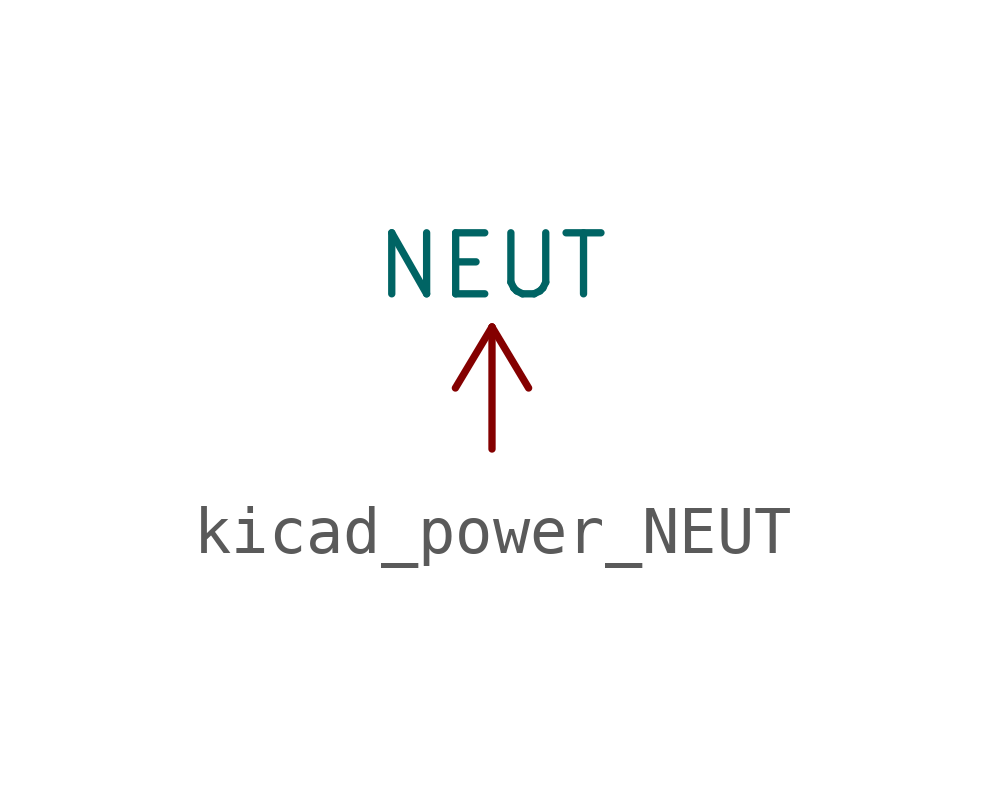
<source format=kicad_sym>
(kicad_symbol_lib
  (version 20220914)
  (generator kicad_symbol_editor)
  (symbol "kicad_power_NEUT"
    (power)
    (pin_names
      (offset 0))
    (property "Reference" "#PWR"
      (at 0 -3.81 0)
      (effects (font (size 1.27 1.27)) hide))
    (property "Value" "NEUT"
      (at 0 3.81 0)
      (effects (font (size 1.27 1.27))))
    (symbol "kicad_power_NEUT_0_1"
      (polyline (pts (xy -0.762 1.27) (xy 0 2.54)) (stroke (width 0) (type default)) (fill (type none)))
      (polyline (pts (xy 0 0) (xy 0 2.54)) (stroke (width 0) (type default)) (fill (type none)))
      (polyline (pts (xy 0 2.54) (xy 0.762 1.27)) (stroke (width 0) (type default)) (fill (type none))))
    (symbol "kicad_power_NEUT_1_1"
      (pin power_in line (at 0 0 90) (length 0) hide (name "NEUT" (effects (font (size 1.27 1.27)))) (number "1" (effects (font (size 1.27 1.27))))))))
</source>
